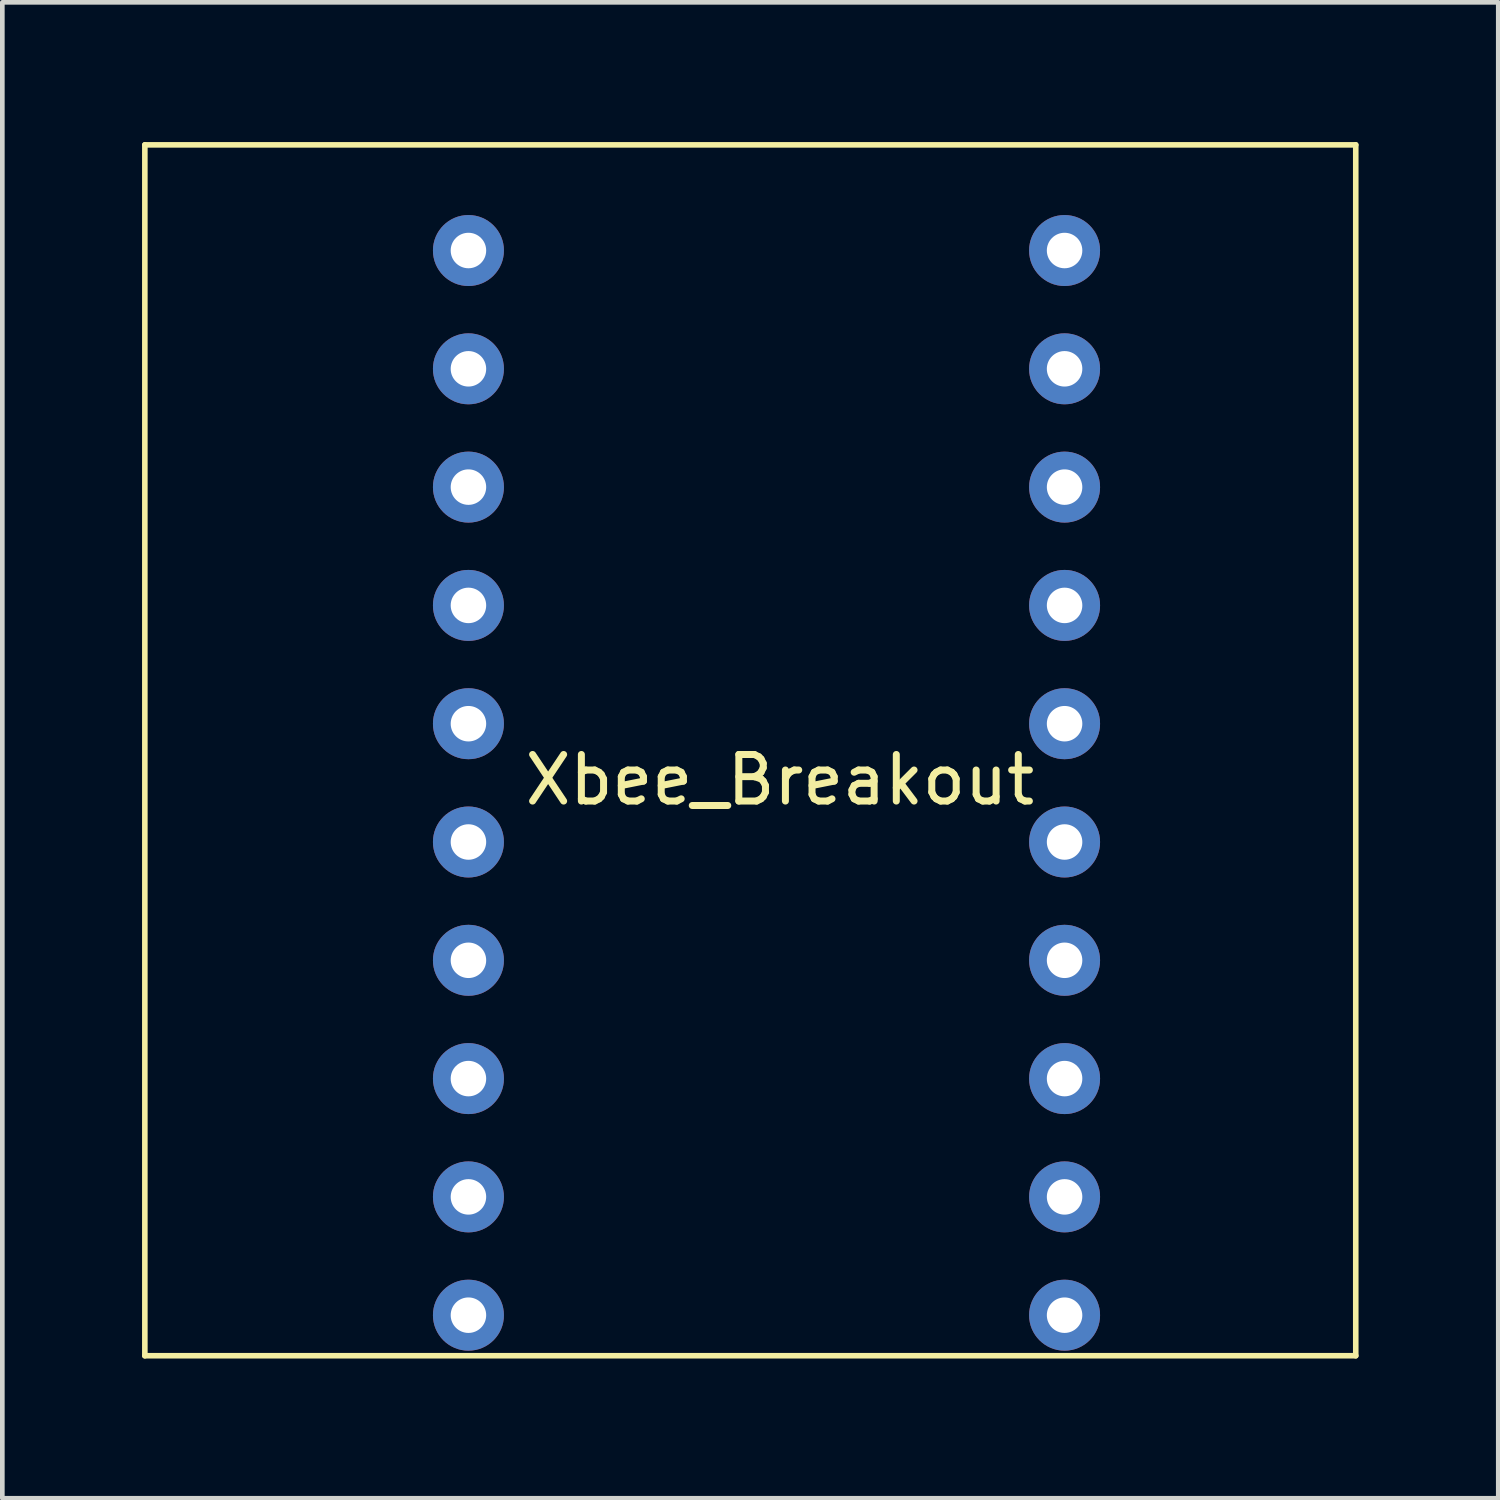
<source format=kicad_pcb>
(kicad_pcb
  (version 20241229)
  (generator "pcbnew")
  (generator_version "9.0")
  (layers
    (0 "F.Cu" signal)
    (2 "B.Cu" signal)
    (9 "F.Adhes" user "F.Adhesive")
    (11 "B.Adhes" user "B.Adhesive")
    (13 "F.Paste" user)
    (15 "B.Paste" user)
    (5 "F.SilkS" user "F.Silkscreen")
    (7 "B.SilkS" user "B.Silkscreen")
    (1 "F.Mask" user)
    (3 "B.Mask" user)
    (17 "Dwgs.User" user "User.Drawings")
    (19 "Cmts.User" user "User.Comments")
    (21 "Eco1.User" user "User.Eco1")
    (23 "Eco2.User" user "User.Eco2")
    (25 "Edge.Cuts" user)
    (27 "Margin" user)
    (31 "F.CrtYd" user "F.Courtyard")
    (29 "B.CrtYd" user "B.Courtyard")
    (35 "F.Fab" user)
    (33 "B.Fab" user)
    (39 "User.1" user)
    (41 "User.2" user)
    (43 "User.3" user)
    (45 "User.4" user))
  (footprint "Xbee_Breakout"
    (layer "F.Cu")
    (at 13.06 13.06)
    (property "Reference" "Xbee_Breakout" (at 0.635 0.635 0) (layer "F.SilkS") (effects (font (size 1 1) (thickness 0.15))))
    (attr through_hole)
    (fp_line (start -13 -13) (end 13 -13) (stroke (width 0.12) (type solid)) (layer "F.SilkS"))
    (fp_line (start -13 13) (end -13 -13) (stroke (width 0.12) (type solid)) (layer "F.SilkS"))
    (fp_line (start -13 13) (end 13 13) (stroke (width 0.12) (type solid)) (layer "F.SilkS"))
    (fp_line (start 13 13) (end 13 -13) (stroke (width 0.12) (type solid)) (layer "F.SilkS"))
    (pad "1" thru_hole circle (at 6.748 12.129 180) (size 1.524 1.524) (drill 0.762) (layers "*.Cu" "*.Mask"))
    (pad "2" thru_hole circle (at 6.748 9.589 180) (size 1.524 1.524) (drill 0.762) (layers "*.Cu" "*.Mask"))
    (pad "3" thru_hole circle (at 6.748 7.049 180) (size 1.524 1.524) (drill 0.762) (layers "*.Cu" "*.Mask"))
    (pad "4" thru_hole circle (at 6.748 4.509 180) (size 1.524 1.524) (drill 0.762) (layers "*.Cu" "*.Mask"))
    (pad "5" thru_hole circle (at 6.748 1.969 180) (size 1.524 1.524) (drill 0.762) (layers "*.Cu" "*.Mask"))
    (pad "6" thru_hole circle (at 6.748 -0.571 180) (size 1.524 1.524) (drill 0.762) (layers "*.Cu" "*.Mask"))
    (pad "7" thru_hole circle (at 6.748 -3.111 180) (size 1.524 1.524) (drill 0.762) (layers "*.Cu" "*.Mask"))
    (pad "8" thru_hole circle (at 6.748 -5.651 180) (size 1.524 1.524) (drill 0.762) (layers "*.Cu" "*.Mask"))
    (pad "9" thru_hole circle (at 6.748 -8.191 180) (size 1.524 1.524) (drill 0.762) (layers "*.Cu" "*.Mask"))
    (pad "10" thru_hole circle (at 6.748 -10.731 180) (size 1.524 1.524) (drill 0.762) (layers "*.Cu" "*.Mask"))
    (pad "11" thru_hole circle (at -6.052 -10.731 180) (size 1.524 1.524) (drill 0.762) (layers "*.Cu" "*.Mask"))
    (pad "12" thru_hole circle (at -6.052 -8.191 180) (size 1.524 1.524) (drill 0.762) (layers "*.Cu" "*.Mask"))
    (pad "13" thru_hole circle (at -6.052 -5.651 180) (size 1.524 1.524) (drill 0.762) (layers "*.Cu" "*.Mask"))
    (pad "14" thru_hole circle (at -6.052 -3.111 180) (size 1.524 1.524) (drill 0.762) (layers "*.Cu" "*.Mask"))
    (pad "15" thru_hole circle (at -6.052 -0.571 180) (size 1.524 1.524) (drill 0.762) (layers "*.Cu" "*.Mask"))
    (pad "16" thru_hole circle (at -6.052 1.969 180) (size 1.524 1.524) (drill 0.762) (layers "*.Cu" "*.Mask"))
    (pad "17" thru_hole circle (at -6.052 4.509 180) (size 1.524 1.524) (drill 0.762) (layers "*.Cu" "*.Mask"))
    (pad "18" thru_hole circle (at -6.052 7.049 180) (size 1.524 1.524) (drill 0.762) (layers "*.Cu" "*.Mask"))
    (pad "19" thru_hole circle (at -6.052 9.589 180) (size 1.524 1.524) (drill 0.762) (layers "*.Cu" "*.Mask"))
    (pad "20" thru_hole circle (at -6.052 12.129 180) (size 1.524 1.524) (drill 0.762) (layers "*.Cu" "*.Mask")))
  (gr_rect
    (start -3 -3)
    (end 29.12 29.12)
    (stroke (width 0.1) (type default))
    (fill no)
    (layer "Edge.Cuts")))
</source>
